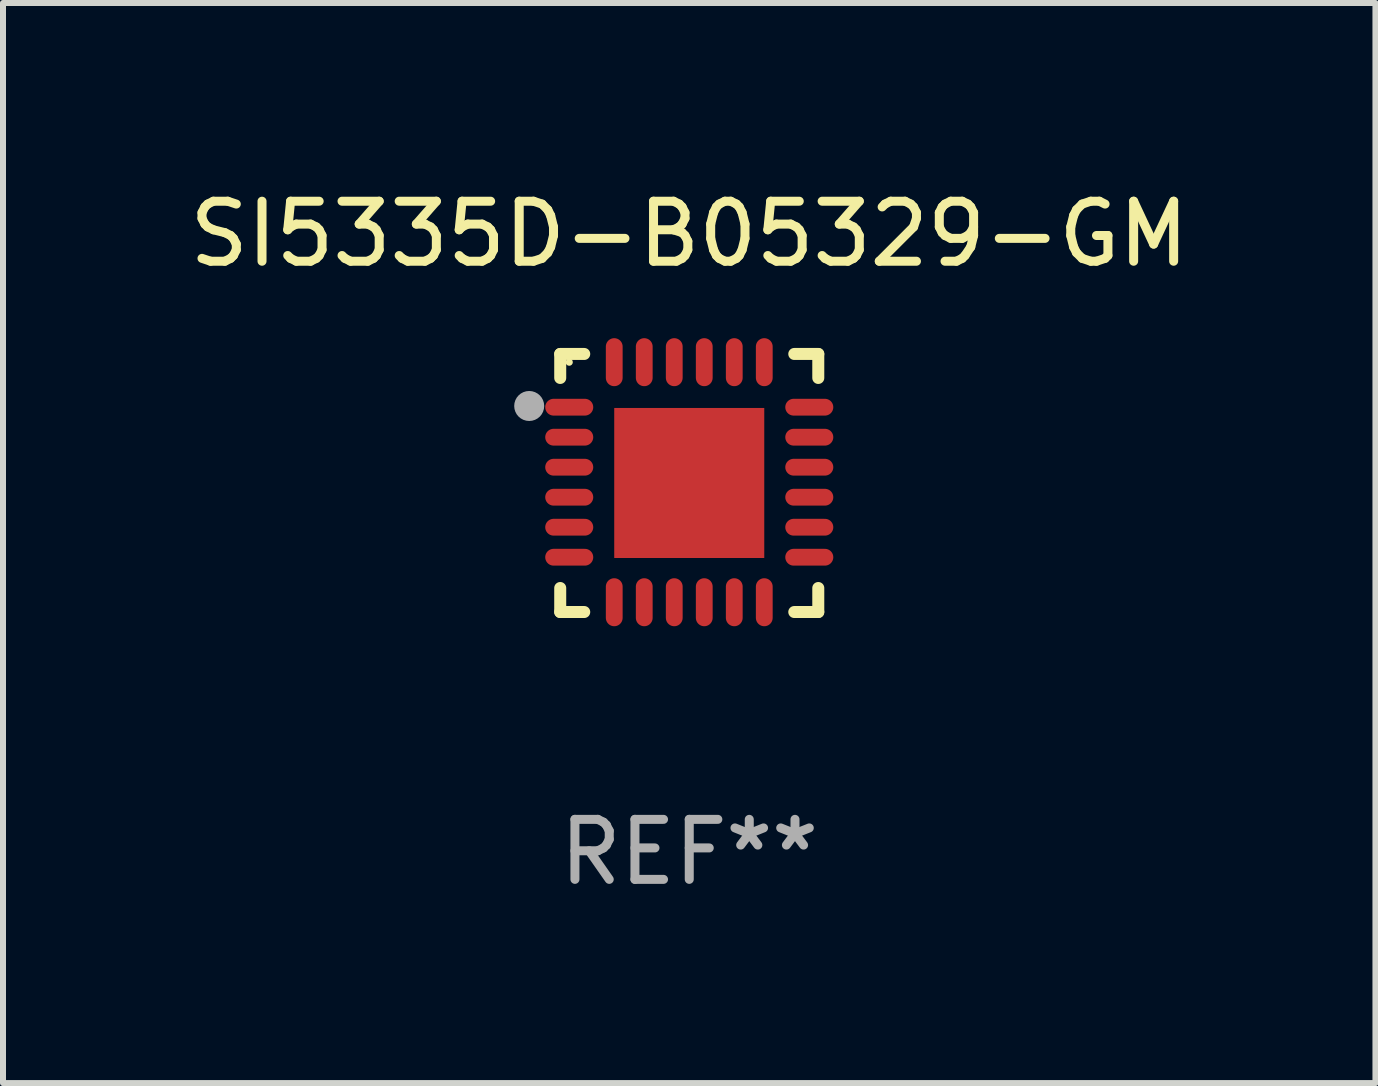
<source format=kicad_pcb>
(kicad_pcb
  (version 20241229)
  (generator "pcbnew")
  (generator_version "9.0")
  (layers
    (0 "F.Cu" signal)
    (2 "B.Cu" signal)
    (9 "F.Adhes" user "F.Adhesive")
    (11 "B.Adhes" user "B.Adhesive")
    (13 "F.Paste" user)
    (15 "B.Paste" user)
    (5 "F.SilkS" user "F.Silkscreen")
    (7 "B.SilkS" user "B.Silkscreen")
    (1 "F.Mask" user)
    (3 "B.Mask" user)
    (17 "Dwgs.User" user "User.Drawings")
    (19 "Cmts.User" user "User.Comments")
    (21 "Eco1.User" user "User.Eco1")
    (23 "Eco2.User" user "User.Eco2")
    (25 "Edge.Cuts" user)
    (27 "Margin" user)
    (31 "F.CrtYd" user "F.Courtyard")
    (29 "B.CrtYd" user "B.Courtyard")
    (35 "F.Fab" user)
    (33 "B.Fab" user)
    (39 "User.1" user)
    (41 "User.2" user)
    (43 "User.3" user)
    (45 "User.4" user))
  (footprint "SI5335D-B05329-GM"
    (layer "F.Cu")
    (at 8.435 4.998)
    (property "Reference" "SI5335D-B05329-GM" (at 0 -4.15 0) (layer "F.SilkS") (effects (font (size 1 1) (thickness 0.15))))
    (attr through_hole)
    (fp_line (start -2.15 -2.15) (end -1.75 -2.15) (stroke (width 0.2) (type solid)) (layer "F.SilkS"))
    (fp_line (start -2.15 -1.75) (end -2.15 -2.15) (stroke (width 0.2) (type solid)) (layer "F.SilkS"))
    (fp_line (start -2.15 2.15) (end -2.15 1.75) (stroke (width 0.2) (type solid)) (layer "F.SilkS"))
    (fp_line (start -1.75 2.15) (end -2.15 2.15) (stroke (width 0.2) (type solid)) (layer "F.SilkS"))
    (fp_line (start 1.75 -2.15) (end 2.15 -2.15) (stroke (width 0.2) (type solid)) (layer "F.SilkS"))
    (fp_line (start 1.75 2.15) (end 2.15 2.15) (stroke (width 0.2) (type solid)) (layer "F.SilkS"))
    (fp_line (start 2.15 -2.15) (end 2.15 -1.75) (stroke (width 0.2) (type solid)) (layer "F.SilkS"))
    (fp_line (start 2.15 2.15) (end 2.15 1.75) (stroke (width 0.2) (type solid)) (layer "F.SilkS"))
    (fp_circle (center -2 -2.013) (end -1.97 -2.013) (stroke (width 0.06) (type solid)) (fill no) (layer "F.SilkS"))
    (fp_circle (center -2.667 -1.283) (end -2.542 -1.283) (stroke (width 0.25) (type solid)) (fill no) (layer "F.Fab"))
    (fp_text user "REF**" (at 0 6.15 0) (layer "F.Fab") (effects (font (size 1 1) (thickness 0.15))))
    (pad "1" smd oval (at -2 -1.263) (size 0.8 0.28) (layers "F.Cu" "F.Mask" "F.Paste"))
    (pad "2" smd oval (at -2 -0.763) (size 0.8 0.28) (layers "F.Cu" "F.Mask" "F.Paste"))
    (pad "3" smd oval (at -2 -0.263) (size 0.8 0.28) (layers "F.Cu" "F.Mask" "F.Paste"))
    (pad "4" smd oval (at -2 0.237) (size 0.8 0.28) (layers "F.Cu" "F.Mask" "F.Paste"))
    (pad "5" smd oval (at -2 0.737) (size 0.8 0.28) (layers "F.Cu" "F.Mask" "F.Paste"))
    (pad "6" smd oval (at -2 1.237) (size 0.8 0.28) (layers "F.Cu" "F.Mask" "F.Paste"))
    (pad "7" smd oval (at -1.25 1.987) (size 0.28 0.8) (layers "F.Cu" "F.Mask" "F.Paste"))
    (pad "8" smd oval (at -0.75 1.987) (size 0.28 0.8) (layers "F.Cu" "F.Mask" "F.Paste"))
    (pad "9" smd oval (at -0.25 1.987) (size 0.28 0.8) (layers "F.Cu" "F.Mask" "F.Paste"))
    (pad "10" smd oval (at 0.25 1.987) (size 0.28 0.8) (layers "F.Cu" "F.Mask" "F.Paste"))
    (pad "11" smd oval (at 0.75 1.987) (size 0.28 0.8) (layers "F.Cu" "F.Mask" "F.Paste"))
    (pad "12" smd oval (at 1.25 1.987) (size 0.28 0.8) (layers "F.Cu" "F.Mask" "F.Paste"))
    (pad "13" smd oval (at 2 1.237) (size 0.8 0.28) (layers "F.Cu" "F.Mask" "F.Paste"))
    (pad "14" smd oval (at 2 0.737) (size 0.8 0.28) (layers "F.Cu" "F.Mask" "F.Paste"))
    (pad "15" smd oval (at 2 0.237) (size 0.8 0.28) (layers "F.Cu" "F.Mask" "F.Paste"))
    (pad "16" smd oval (at 2 -0.263) (size 0.8 0.28) (layers "F.Cu" "F.Mask" "F.Paste"))
    (pad "17" smd oval (at 2 -0.763) (size 0.8 0.28) (layers "F.Cu" "F.Mask" "F.Paste"))
    (pad "18" smd oval (at 2 -1.263) (size 0.8 0.28) (layers "F.Cu" "F.Mask" "F.Paste"))
    (pad "19" smd oval (at 1.25 -2.013) (size 0.28 0.8) (layers "F.Cu" "F.Mask" "F.Paste"))
    (pad "20" smd oval (at 0.75 -2.013) (size 0.28 0.8) (layers "F.Cu" "F.Mask" "F.Paste"))
    (pad "21" smd oval (at 0.25 -2.013) (size 0.28 0.8) (layers "F.Cu" "F.Mask" "F.Paste"))
    (pad "22" smd oval (at -0.25 -2.013) (size 0.28 0.8) (layers "F.Cu" "F.Mask" "F.Paste"))
    (pad "23" smd oval (at -0.75 -2.013) (size 0.28 0.8) (layers "F.Cu" "F.Mask" "F.Paste"))
    (pad "24" smd oval (at -1.25 -2.013) (size 0.28 0.8) (layers "F.Cu" "F.Mask" "F.Paste"))
    (pad "25" smd rect (at -0.000127 -0.00014) (size 2.5 2.5) (layers "F.Cu" "F.Mask" "F.Paste")))
  (gr_rect
    (start -3 -3)
    (end 19.869 14.997)
    (stroke (width 0.1) (type default))
    (fill no)
    (layer "Edge.Cuts")))
</source>
